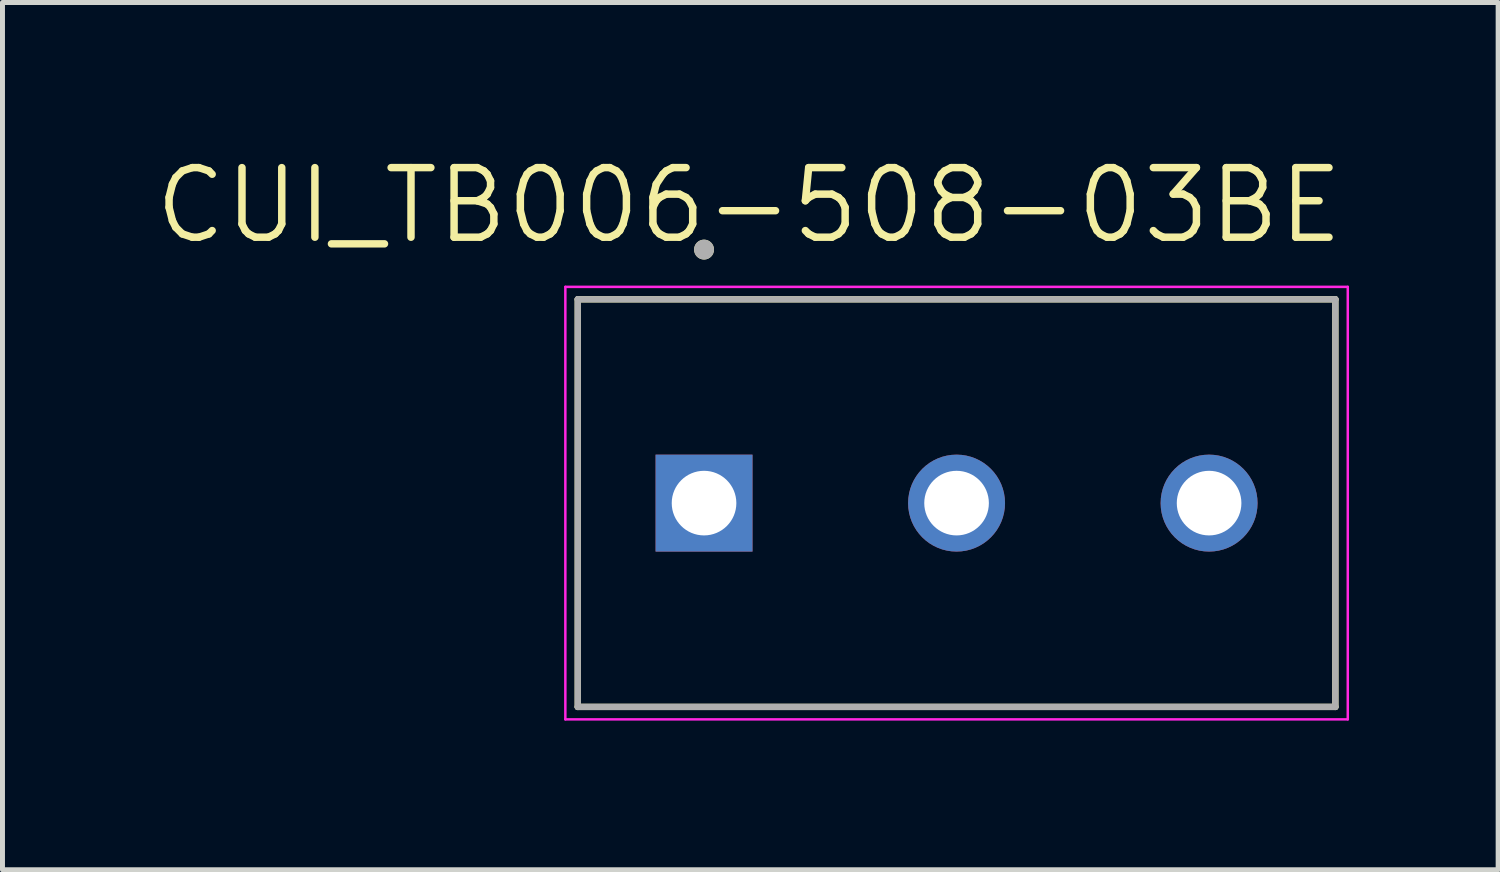
<source format=kicad_pcb>
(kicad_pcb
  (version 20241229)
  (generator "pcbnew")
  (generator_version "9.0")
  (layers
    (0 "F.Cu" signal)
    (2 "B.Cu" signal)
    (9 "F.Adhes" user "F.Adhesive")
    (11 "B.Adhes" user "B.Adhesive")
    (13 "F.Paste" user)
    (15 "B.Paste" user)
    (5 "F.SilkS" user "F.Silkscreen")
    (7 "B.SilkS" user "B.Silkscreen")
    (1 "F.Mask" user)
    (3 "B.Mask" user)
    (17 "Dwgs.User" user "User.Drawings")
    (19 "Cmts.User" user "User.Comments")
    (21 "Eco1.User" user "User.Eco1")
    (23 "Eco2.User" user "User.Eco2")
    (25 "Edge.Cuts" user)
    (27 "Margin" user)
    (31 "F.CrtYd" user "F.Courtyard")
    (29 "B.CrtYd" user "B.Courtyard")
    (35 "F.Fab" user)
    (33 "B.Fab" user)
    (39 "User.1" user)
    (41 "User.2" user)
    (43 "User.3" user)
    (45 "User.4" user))
  (footprint "CUI_TB006-508-03BE"
    (layer "F.Cu")
    (at 11.113 7.071)
    (property "Reference" "CUI_TB006-508-03BE" (at 0.905 -5.989 0) (layer "F.SilkS") (effects (font (size 1.4 1.4) (thickness 0.15))))
    (attr through_hole)
    (fp_line (start -2.54 -4.1) (end 12.7 -4.1) (stroke (width 0.127) (type solid)) (layer "F.SilkS"))
    (fp_line (start -2.54 4.1) (end -2.54 -4.1) (stroke (width 0.127) (type solid)) (layer "F.SilkS"))
    (fp_line (start 12.7 -4.1) (end 12.7 4.1) (stroke (width 0.127) (type solid)) (layer "F.SilkS"))
    (fp_line (start 12.7 4.1) (end -2.54 4.1) (stroke (width 0.127) (type solid)) (layer "F.SilkS"))
    (fp_circle (center 0 -5.1) (end 0.1 -5.1) (stroke (width 0.2) (type solid)) (fill no) (layer "F.SilkS"))
    (fp_line (start -2.79 -4.35) (end 12.95 -4.35) (stroke (width 0.05) (type solid)) (layer "F.CrtYd"))
    (fp_line (start -2.79 4.35) (end -2.79 -4.35) (stroke (width 0.05) (type solid)) (layer "F.CrtYd"))
    (fp_line (start 12.95 -4.35) (end 12.95 4.35) (stroke (width 0.05) (type solid)) (layer "F.CrtYd"))
    (fp_line (start 12.95 4.35) (end -2.79 4.35) (stroke (width 0.05) (type solid)) (layer "F.CrtYd"))
    (fp_line (start -2.54 -4.1) (end 12.7 -4.1) (stroke (width 0.127) (type solid)) (layer "F.Fab"))
    (fp_line (start -2.54 4.1) (end -2.54 -4.1) (stroke (width 0.127) (type solid)) (layer "F.Fab"))
    (fp_line (start 12.7 -4.1) (end 12.7 4.1) (stroke (width 0.127) (type solid)) (layer "F.Fab"))
    (fp_line (start 12.7 4.1) (end -2.54 4.1) (stroke (width 0.127) (type solid)) (layer "F.Fab"))
    (fp_circle (center 0 -5.1) (end 0.1 -5.1) (stroke (width 0.2) (type solid)) (fill no) (layer "F.Fab"))
    (pad "1" thru_hole rect (at 0 0) (size 1.95 1.95) (drill 1.3) (layers "*.Cu" "*.Mask"))
    (pad "2" thru_hole circle (at 5.08 0) (size 1.95 1.95) (drill 1.3) (layers "*.Cu" "*.Mask"))
    (pad "3" thru_hole circle (at 10.16 0) (size 1.95 1.95) (drill 1.3) (layers "*.Cu" "*.Mask")))
  (gr_rect
    (start -3 -3)
    (end 27.088 14.446)
    (stroke (width 0.1) (type default))
    (fill no)
    (layer "Edge.Cuts")))
</source>
